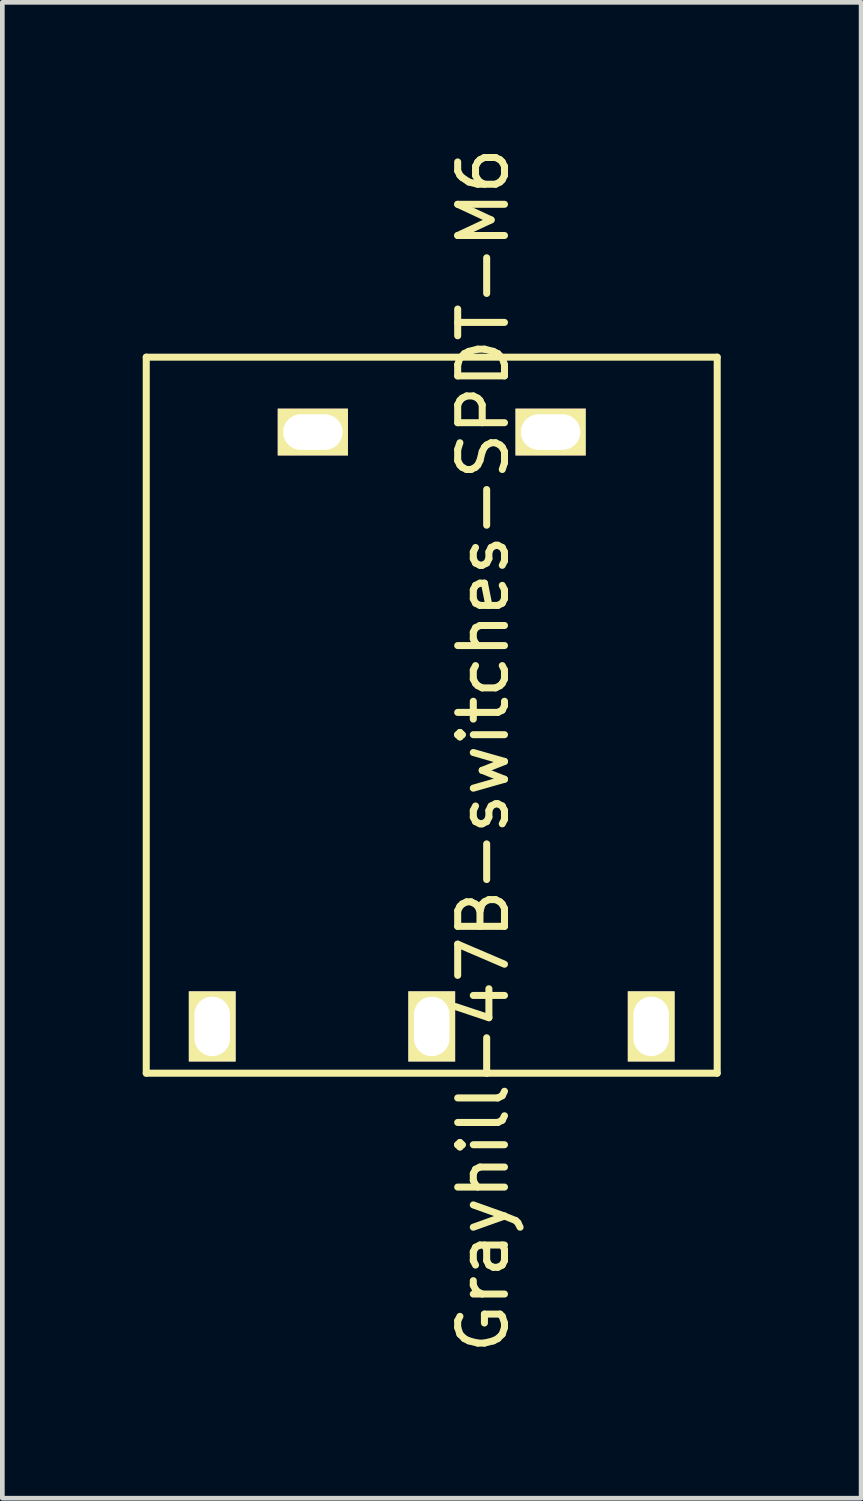
<source format=kicad_pcb>
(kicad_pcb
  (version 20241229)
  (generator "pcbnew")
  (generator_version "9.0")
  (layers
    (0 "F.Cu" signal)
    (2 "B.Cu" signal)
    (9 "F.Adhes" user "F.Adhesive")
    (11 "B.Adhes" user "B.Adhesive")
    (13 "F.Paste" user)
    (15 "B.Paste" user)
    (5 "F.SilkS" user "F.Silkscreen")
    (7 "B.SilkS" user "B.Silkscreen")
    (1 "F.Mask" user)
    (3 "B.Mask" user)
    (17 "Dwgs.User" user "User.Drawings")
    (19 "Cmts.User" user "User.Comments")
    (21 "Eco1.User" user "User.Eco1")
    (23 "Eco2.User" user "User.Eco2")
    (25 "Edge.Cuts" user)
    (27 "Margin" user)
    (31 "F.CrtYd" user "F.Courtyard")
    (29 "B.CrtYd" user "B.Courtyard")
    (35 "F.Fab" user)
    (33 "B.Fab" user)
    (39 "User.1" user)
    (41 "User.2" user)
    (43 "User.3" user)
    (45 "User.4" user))
  (footprint "Grayhill-47B-switches-SPDT-M6"
    (layer "F.Cu")
    (at 6.175 18.882)
    (property "Reference" "Grayhill-47B-switches-SPDT-M6" (at 1.1 -5.9 90) (layer "F.SilkS") (effects (font (size 1 1) (thickness 0.15))))
    (attr through_hole)
    (fp_line (start -6.1 -14.3) (end 6.1 -14.3) (stroke (width 0.15) (type solid)) (layer "F.SilkS"))
    (fp_line (start -6.1 1) (end -6.1 -14.3) (stroke (width 0.15) (type solid)) (layer "F.SilkS"))
    (fp_line (start 6.1 1) (end -6.1 1) (stroke (width 0.15) (type solid)) (layer "F.SilkS"))
    (fp_line (start 6.1 1) (end 6.1 -14.3) (stroke (width 0.15) (type solid)) (layer "F.SilkS"))
    (pad "" np_thru_hole rect (at -2.54 -12.7) (size 1.5 1) (drill oval 1.27 0.76) (layers "*.Cu" "*.Mask" "F.SilkS"))
    (pad "" np_thru_hole rect (at 2.54 -12.7) (size 1.5 1) (drill oval 1.27 0.76) (layers "*.Cu" "*.Mask" "F.SilkS"))
    (pad "1" thru_hole rect (at -4.69 0 90) (size 1.5 1) (drill oval 1.27 0.76) (layers "*.Cu" "*.Mask" "F.SilkS"))
    (pad "2" thru_hole rect (at 0 0 90) (size 1.5 1) (drill oval 1.27 0.76) (layers "*.Cu" "*.Mask" "F.SilkS"))
    (pad "3" thru_hole rect (at 4.69 0 90) (size 1.5 1) (drill oval 1.27 0.76) (layers "*.Cu" "*.Mask" "F.SilkS")))
  (gr_rect
    (start -3 -3)
    (end 15.35 28.964)
    (stroke (width 0.1) (type default))
    (fill no)
    (layer "Edge.Cuts")))
</source>
